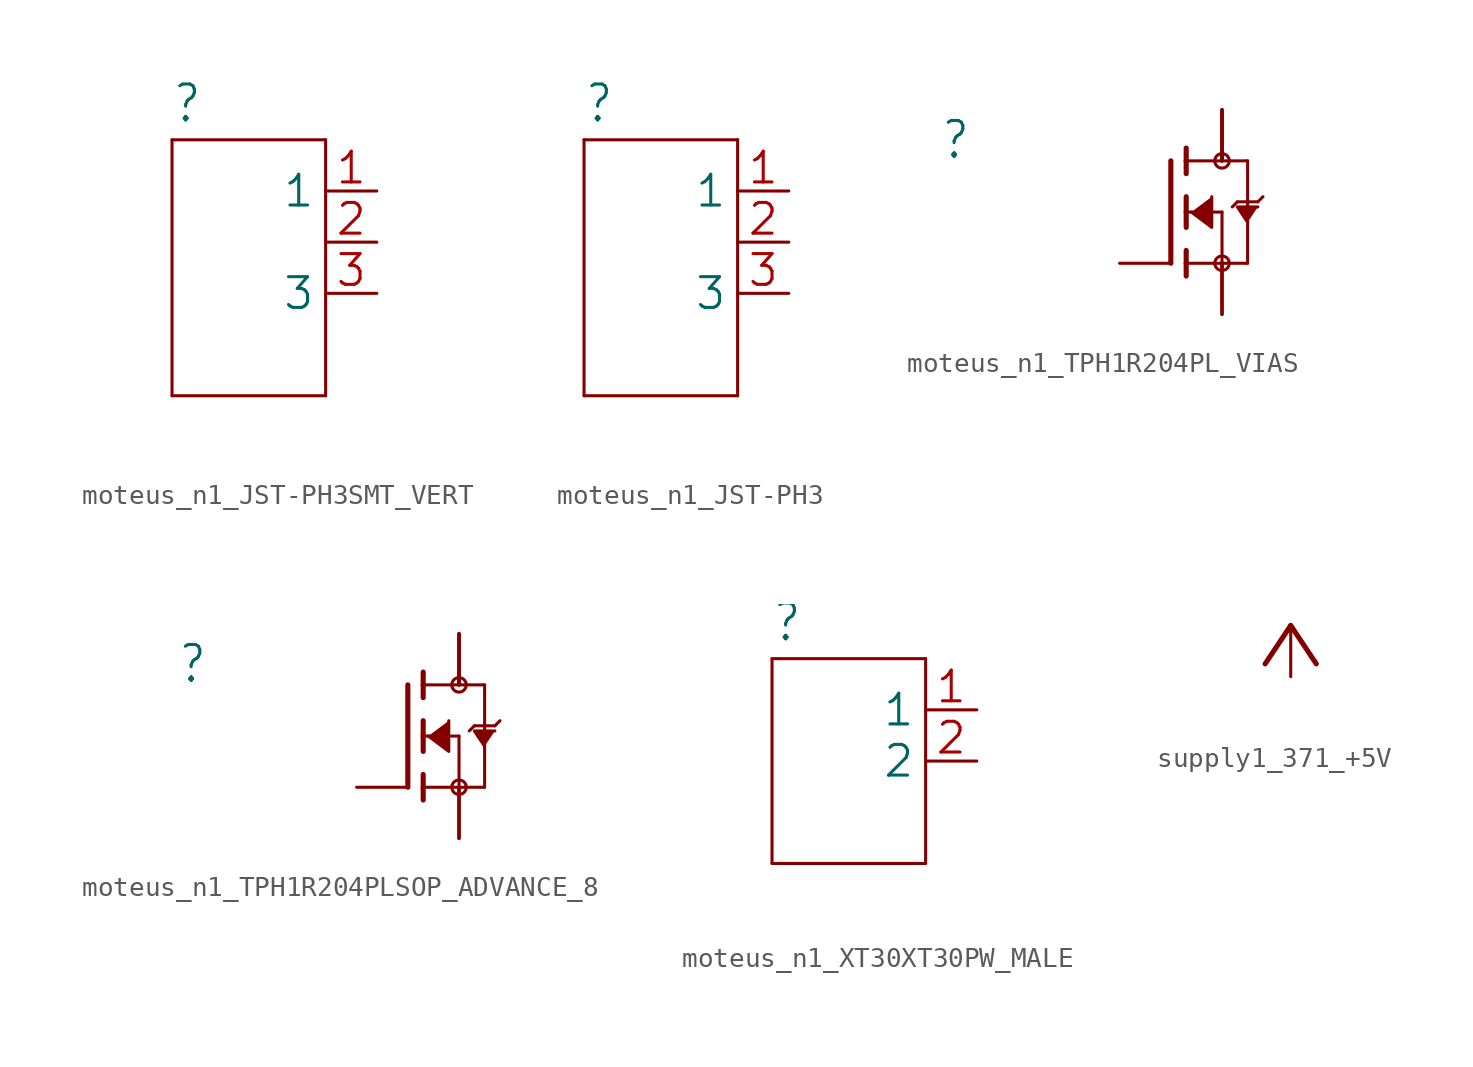
<source format=kicad_sym>
(kicad_symbol_lib
  (version 20241209)
  (generator "kicad_symbol_editor")
  (generator_version "9.0")
  (symbol "moteus_n1_JST-PH3SMT_VERT"
    (property "Reference" ""
      (at -5.08 5.842 0)
      (effects (font (size 1.778 1.511)) (justify left bottom)))
    (property "Value" ""
      (at -5.08 -9.906 0)
      (effects (font (size 1.778 1.511)) (justify left bottom)))
    (property "ki_locked" ""
      (at 0 0 0)
      (effects (font (size 1.27 1.27))))
    (symbol "moteus_n1_JST-PH3SMT_VERT_1_0"
      (polyline (pts (xy -5.08 5.08) (xy -5.08 -7.62)) (stroke (width 0.152) (type solid)) (fill (type none)))
      (polyline (pts (xy -5.08 -7.62) (xy 2.54 -7.62)) (stroke (width 0.152) (type solid)) (fill (type none)))
      (polyline (pts (xy 2.54 5.08) (xy -5.08 5.08)) (stroke (width 0.152) (type solid)) (fill (type none)))
      (polyline (pts (xy 2.54 -7.62) (xy 2.54 5.08)) (stroke (width 0.152) (type solid)) (fill (type none)))
      (pin passive line (at 5.08 2.54 180) (length 2.54) (name "1" (effects (font (size 1.524 1.524)))) (number "1" (effects (font (size 1.524 1.524)))))
      (pin passive line (at 5.08 0 180) (length 2.54) (name "2" (effects (font (size 0 0)))) (number "2" (effects (font (size 1.524 1.524)))))
      (pin passive line (at 5.08 -2.54 180) (length 2.54) (name "3" (effects (font (size 1.524 1.524)))) (number "3" (effects (font (size 1.524 1.524)))))))
  (symbol "moteus_n1_JST-PH3"
    (property "Reference" ""
      (at -5.08 5.842 0)
      (effects (font (size 1.778 1.511)) (justify left bottom)))
    (property "Value" ""
      (at -5.08 -9.906 0)
      (effects (font (size 1.778 1.511)) (justify left bottom)))
    (property "ki_locked" ""
      (at 0 0 0)
      (effects (font (size 1.27 1.27))))
    (symbol "moteus_n1_JST-PH3_1_0"
      (polyline (pts (xy -5.08 5.08) (xy -5.08 -7.62)) (stroke (width 0.152) (type solid)) (fill (type none)))
      (polyline (pts (xy -5.08 -7.62) (xy 2.54 -7.62)) (stroke (width 0.152) (type solid)) (fill (type none)))
      (polyline (pts (xy 2.54 5.08) (xy -5.08 5.08)) (stroke (width 0.152) (type solid)) (fill (type none)))
      (polyline (pts (xy 2.54 -7.62) (xy 2.54 5.08)) (stroke (width 0.152) (type solid)) (fill (type none)))
      (pin passive line (at 5.08 2.54 180) (length 2.54) (name "1" (effects (font (size 1.524 1.524)))) (number "1" (effects (font (size 1.524 1.524)))))
      (pin passive line (at 5.08 0 180) (length 2.54) (name "2" (effects (font (size 0 0)))) (number "2" (effects (font (size 1.524 1.524)))))
      (pin passive line (at 5.08 -2.54 180) (length 2.54) (name "3" (effects (font (size 1.524 1.524)))) (number "3" (effects (font (size 1.524 1.524)))))))
  (symbol "moteus_n1_TPH1R204PL_VIAS"
    (property "Reference" ""
      (at -11.43 2.54 0)
      (effects (font (size 1.778 1.511)) (justify left bottom)))
    (property "Value" ""
      (at -11.43 0 0)
      (effects (font (size 1.778 1.511)) (justify left bottom)))
    (property "ki_locked" ""
      (at 0 0 0)
      (effects (font (size 1.27 1.27))))
    (symbol "moteus_n1_TPH1R204PL_VIAS_1_0"
      (polyline (pts (xy 0 2.54) (xy 0 -2.54)) (stroke (width 0.254) (type solid)) (fill (type none)))
      (polyline (pts (xy 0.762 3.175) (xy 0.762 2.54)) (stroke (width 0.254) (type solid)) (fill (type none)))
      (polyline (pts (xy 0.762 2.54) (xy 0.762 1.905)) (stroke (width 0.254) (type solid)) (fill (type none)))
      (polyline (pts (xy 0.762 2.54) (xy 3.81 2.54)) (stroke (width 0.152) (type solid)) (fill (type none)))
      (polyline (pts (xy 0.762 0.762) (xy 0.762 0)) (stroke (width 0.254) (type solid)) (fill (type none)))
      (polyline (pts (xy 0.762 0) (xy 0.762 -0.762)) (stroke (width 0.254) (type solid)) (fill (type none)))
      (polyline (pts (xy 0.762 0) (xy 2.54 0)) (stroke (width 0.152) (type solid)) (fill (type none)))
      (polyline (pts (xy 0.762 -1.905) (xy 0.762 -2.54)) (stroke (width 0.254) (type solid)) (fill (type none)))
      (polyline (pts (xy 0.762 -2.54) (xy 0.762 -3.175)) (stroke (width 0.254) (type solid)) (fill (type none)))
      (polyline (pts (xy 1.016 0) (xy 2.032 -0.762) (xy 2.032 0.762)) (stroke (width 0.152) (type solid)) (fill (type outline)))
      (circle (center 2.54 2.54) (radius 0.359) (stroke (width 0) (type solid)) (fill (type none)))
      (polyline (pts (xy 2.54 0) (xy 2.54 -2.54)) (stroke (width 0.152) (type solid)) (fill (type none)))
      (polyline (pts (xy 2.54 -2.54) (xy 0.762 -2.54)) (stroke (width 0.152) (type solid)) (fill (type none)))
      (polyline (pts (xy 2.54 -2.54) (xy 3.81 -2.54)) (stroke (width 0.152) (type solid)) (fill (type none)))
      (circle (center 2.54 -2.54) (radius 0.359) (stroke (width 0) (type solid)) (fill (type none)))
      (polyline (pts (xy 3.302 0.508) (xy 3.048 0.254)) (stroke (width 0.152) (type solid)) (fill (type none)))
      (polyline (pts (xy 3.81 2.54) (xy 3.81 0.508)) (stroke (width 0.152) (type solid)) (fill (type none)))
      (polyline (pts (xy 3.81 0.508) (xy 3.302 0.508)) (stroke (width 0.152) (type solid)) (fill (type none)))
      (polyline (pts (xy 3.81 0.508) (xy 3.81 -2.54)) (stroke (width 0.152) (type solid)) (fill (type none)))
      (polyline (pts (xy 3.81 -0.508) (xy 3.302 0.254) (xy 4.318 0.254)) (stroke (width 0.152) (type solid)) (fill (type outline)))
      (polyline (pts (xy 4.318 0.508) (xy 3.81 0.508)) (stroke (width 0.152) (type solid)) (fill (type none)))
      (polyline (pts (xy 4.572 0.762) (xy 4.318 0.508)) (stroke (width 0.152) (type solid)) (fill (type none)))
      (pin passive line (at -2.54 -2.54 0) (length 2.54) (name "G" (effects (font (size 0 0)))) (number "4" (effects (font (size 0 0)))))
      (pin passive line (at 2.54 5.08 270) (length 2.54) (name "D" (effects (font (size 0 0)))) (number "5" (effects (font (size 0 0)))))
      (pin passive line (at 2.54 5.08 270) (length 2.54) (name "D" (effects (font (size 0 0)))) (number "6" (effects (font (size 0 0)))))
      (pin passive line (at 2.54 5.08 270) (length 2.54) (name "D" (effects (font (size 0 0)))) (number "7" (effects (font (size 0 0)))))
      (pin passive line (at 2.54 5.08 270) (length 2.54) (name "D" (effects (font (size 0 0)))) (number "8" (effects (font (size 0 0)))))
      (pin passive line (at 2.54 5.08 270) (length 2.54) (name "D" (effects (font (size 0 0)))) (number "PAD" (effects (font (size 0 0)))))
      (pin passive line (at 2.54 -5.08 90) (length 2.54) (name "S" (effects (font (size 0 0)))) (number "1" (effects (font (size 0 0)))))
      (pin passive line (at 2.54 -5.08 90) (length 2.54) (name "S" (effects (font (size 0 0)))) (number "2" (effects (font (size 0 0)))))
      (pin passive line (at 2.54 -5.08 90) (length 2.54) (name "S" (effects (font (size 0 0)))) (number "3" (effects (font (size 0 0)))))))
  (symbol "moteus_n1_TPH1R204PLSOP_ADVANCE_8"
    (property "Reference" ""
      (at -11.43 2.54 0)
      (effects (font (size 1.778 1.511)) (justify left bottom)))
    (property "Value" ""
      (at -11.43 0 0)
      (effects (font (size 1.778 1.511)) (justify left bottom)))
    (property "ki_locked" ""
      (at 0 0 0)
      (effects (font (size 1.27 1.27))))
    (symbol "moteus_n1_TPH1R204PLSOP_ADVANCE_8_1_0"
      (polyline (pts (xy 0 2.54) (xy 0 -2.54)) (stroke (width 0.254) (type solid)) (fill (type none)))
      (polyline (pts (xy 0.762 3.175) (xy 0.762 2.54)) (stroke (width 0.254) (type solid)) (fill (type none)))
      (polyline (pts (xy 0.762 2.54) (xy 0.762 1.905)) (stroke (width 0.254) (type solid)) (fill (type none)))
      (polyline (pts (xy 0.762 2.54) (xy 3.81 2.54)) (stroke (width 0.152) (type solid)) (fill (type none)))
      (polyline (pts (xy 0.762 0.762) (xy 0.762 0)) (stroke (width 0.254) (type solid)) (fill (type none)))
      (polyline (pts (xy 0.762 0) (xy 0.762 -0.762)) (stroke (width 0.254) (type solid)) (fill (type none)))
      (polyline (pts (xy 0.762 0) (xy 2.54 0)) (stroke (width 0.152) (type solid)) (fill (type none)))
      (polyline (pts (xy 0.762 -1.905) (xy 0.762 -2.54)) (stroke (width 0.254) (type solid)) (fill (type none)))
      (polyline (pts (xy 0.762 -2.54) (xy 0.762 -3.175)) (stroke (width 0.254) (type solid)) (fill (type none)))
      (polyline (pts (xy 1.016 0) (xy 2.032 -0.762) (xy 2.032 0.762)) (stroke (width 0.152) (type solid)) (fill (type outline)))
      (circle (center 2.54 2.54) (radius 0.359) (stroke (width 0) (type solid)) (fill (type none)))
      (polyline (pts (xy 2.54 0) (xy 2.54 -2.54)) (stroke (width 0.152) (type solid)) (fill (type none)))
      (polyline (pts (xy 2.54 -2.54) (xy 0.762 -2.54)) (stroke (width 0.152) (type solid)) (fill (type none)))
      (polyline (pts (xy 2.54 -2.54) (xy 3.81 -2.54)) (stroke (width 0.152) (type solid)) (fill (type none)))
      (circle (center 2.54 -2.54) (radius 0.359) (stroke (width 0) (type solid)) (fill (type none)))
      (polyline (pts (xy 3.302 0.508) (xy 3.048 0.254)) (stroke (width 0.152) (type solid)) (fill (type none)))
      (polyline (pts (xy 3.81 2.54) (xy 3.81 0.508)) (stroke (width 0.152) (type solid)) (fill (type none)))
      (polyline (pts (xy 3.81 0.508) (xy 3.302 0.508)) (stroke (width 0.152) (type solid)) (fill (type none)))
      (polyline (pts (xy 3.81 0.508) (xy 3.81 -2.54)) (stroke (width 0.152) (type solid)) (fill (type none)))
      (polyline (pts (xy 3.81 -0.508) (xy 3.302 0.254) (xy 4.318 0.254)) (stroke (width 0.152) (type solid)) (fill (type outline)))
      (polyline (pts (xy 4.318 0.508) (xy 3.81 0.508)) (stroke (width 0.152) (type solid)) (fill (type none)))
      (polyline (pts (xy 4.572 0.762) (xy 4.318 0.508)) (stroke (width 0.152) (type solid)) (fill (type none)))
      (pin passive line (at -2.54 -2.54 0) (length 2.54) (name "G" (effects (font (size 0 0)))) (number "4" (effects (font (size 0 0)))))
      (pin passive line (at 2.54 5.08 270) (length 2.54) (name "D" (effects (font (size 0 0)))) (number "5" (effects (font (size 0 0)))))
      (pin passive line (at 2.54 5.08 270) (length 2.54) (name "D" (effects (font (size 0 0)))) (number "6" (effects (font (size 0 0)))))
      (pin passive line (at 2.54 5.08 270) (length 2.54) (name "D" (effects (font (size 0 0)))) (number "7" (effects (font (size 0 0)))))
      (pin passive line (at 2.54 5.08 270) (length 2.54) (name "D" (effects (font (size 0 0)))) (number "8" (effects (font (size 0 0)))))
      (pin passive line (at 2.54 5.08 270) (length 2.54) (name "D" (effects (font (size 0 0)))) (number "PAD" (effects (font (size 0 0)))))
      (pin passive line (at 2.54 -5.08 90) (length 2.54) (name "S" (effects (font (size 0 0)))) (number "1" (effects (font (size 0 0)))))
      (pin passive line (at 2.54 -5.08 90) (length 2.54) (name "S" (effects (font (size 0 0)))) (number "2" (effects (font (size 0 0)))))
      (pin passive line (at 2.54 -5.08 90) (length 2.54) (name "S" (effects (font (size 0 0)))) (number "3" (effects (font (size 0 0)))))))
  (symbol "moteus_n1_XT30XT30PW_MALE"
    (property "Reference" ""
      (at -5.08 5.842 0)
      (effects (font (size 1.778 1.511)) (justify left bottom)))
    (property "Value" ""
      (at -5.08 -7.366 0)
      (effects (font (size 1.778 1.511)) (justify left bottom)))
    (property "ki_locked" ""
      (at 0 0 0)
      (effects (font (size 1.27 1.27))))
    (symbol "moteus_n1_XT30XT30PW_MALE_1_0"
      (polyline (pts (xy -5.08 5.08) (xy -5.08 -5.08)) (stroke (width 0.152) (type solid)) (fill (type none)))
      (polyline (pts (xy -5.08 -5.08) (xy 2.54 -5.08)) (stroke (width 0.152) (type solid)) (fill (type none)))
      (polyline (pts (xy 2.54 5.08) (xy -5.08 5.08)) (stroke (width 0.152) (type solid)) (fill (type none)))
      (polyline (pts (xy 2.54 -5.08) (xy 2.54 5.08)) (stroke (width 0.152) (type solid)) (fill (type none)))
      (pin passive line (at 5.08 2.54 180) (length 2.54) (name "1" (effects (font (size 1.524 1.524)))) (number "1" (effects (font (size 1.524 1.524)))))
      (pin passive line (at 5.08 0 180) (length 2.54) (name "2" (effects (font (size 1.524 1.524)))) (number "2" (effects (font (size 1.524 1.524)))))))
  (symbol "supply1_371_+5V"
    (power)
    (property "Reference" "#P+"
      (at 0 0 0)
      (effects (font (size 1.27 1.27)) (hide yes)))
    (property "Value" ""
      (at -2.54 -5.08 90)
      (effects (font (size 1.778 1.511)) (justify left bottom)))
    (property "ki_locked" ""
      (at 0 0 0)
      (effects (font (size 1.27 1.27))))
    (symbol "supply1_371_+5V_1_0"
      (polyline (pts (xy 0 0) (xy -1.27 -1.905)) (stroke (width 0.254) (type solid)) (fill (type none)))
      (polyline (pts (xy 1.27 -1.905) (xy 0 0)) (stroke (width 0.254) (type solid)) (fill (type none)))
      (pin power_in line (at 0 -2.54 90) (length 2.54) (name "+5V" (effects (font (size 0 0)))) (number "1" (effects (font (size 0 0))))))))
</source>
